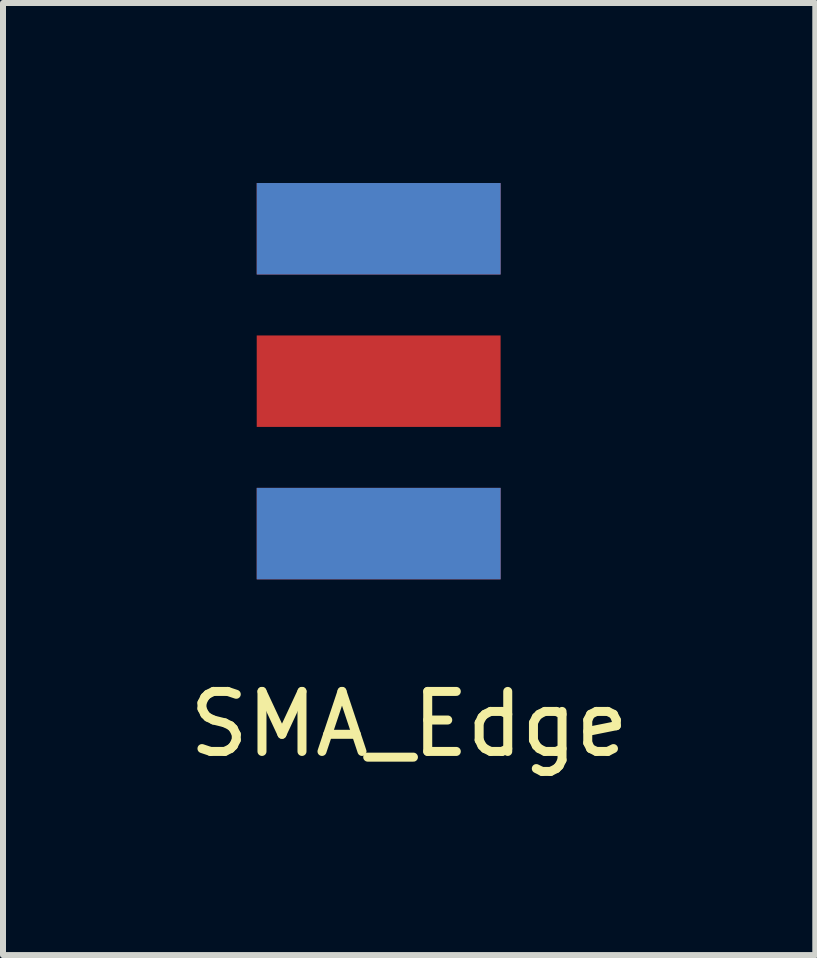
<source format=kicad_pcb>
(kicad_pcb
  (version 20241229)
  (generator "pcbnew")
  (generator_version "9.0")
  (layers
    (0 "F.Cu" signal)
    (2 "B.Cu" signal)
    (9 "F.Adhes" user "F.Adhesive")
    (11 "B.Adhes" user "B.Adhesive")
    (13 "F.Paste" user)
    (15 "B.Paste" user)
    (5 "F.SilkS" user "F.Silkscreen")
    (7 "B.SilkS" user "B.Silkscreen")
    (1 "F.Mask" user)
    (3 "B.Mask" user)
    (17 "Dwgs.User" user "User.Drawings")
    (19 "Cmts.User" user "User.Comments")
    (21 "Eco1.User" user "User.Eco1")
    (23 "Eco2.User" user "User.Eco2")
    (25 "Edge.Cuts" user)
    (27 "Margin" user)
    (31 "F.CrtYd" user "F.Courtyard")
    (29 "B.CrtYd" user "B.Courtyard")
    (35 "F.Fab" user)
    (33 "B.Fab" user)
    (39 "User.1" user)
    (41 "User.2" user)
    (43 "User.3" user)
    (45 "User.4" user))
  (footprint "SMA_Edge"
    (layer "F.Cu")
    (at 1.228 3.302)
    (property "Reference" "SMA_Edge" (at 2.54 5.715 0) (layer "F.SilkS") (effects (font (size 1 1) (thickness 0.15))))
    (attr through_hole)
    (pad "1" smd rect (at 2.032 0) (size 4.064 1.524) (layers "F.Cu" "F.Mask"))
    (pad "2" smd rect (at 2.032 -2.54) (size 4.064 1.524) (layers "F.Cu" "F.Mask"))
    (pad "2" smd rect (at 2.032 -2.54) (size 4.064 1.524) (layers "B.Cu" "B.Mask"))
    (pad "2" smd rect (at 2.032 2.54) (size 4.064 1.524) (layers "F.Cu" "F.Mask"))
    (pad "2" smd rect (at 2.032 2.54) (size 4.064 1.524) (layers "B.Cu" "B.Mask")))
  (gr_rect
    (start -3 -3)
    (end 10.536 12.865)
    (stroke (width 0.1) (type default))
    (fill no)
    (layer "Edge.Cuts")))
</source>
